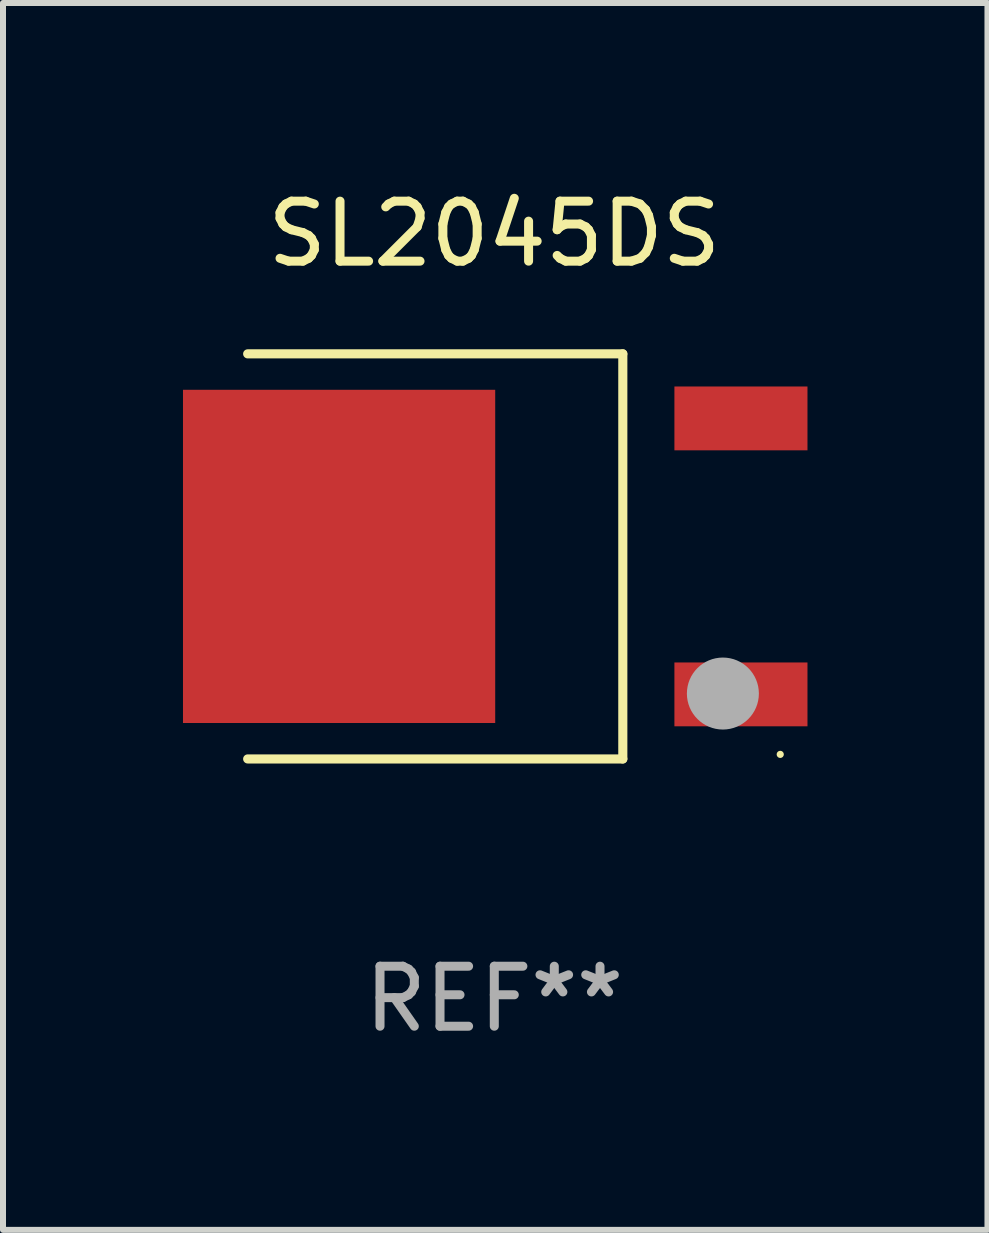
<source format=kicad_pcb>
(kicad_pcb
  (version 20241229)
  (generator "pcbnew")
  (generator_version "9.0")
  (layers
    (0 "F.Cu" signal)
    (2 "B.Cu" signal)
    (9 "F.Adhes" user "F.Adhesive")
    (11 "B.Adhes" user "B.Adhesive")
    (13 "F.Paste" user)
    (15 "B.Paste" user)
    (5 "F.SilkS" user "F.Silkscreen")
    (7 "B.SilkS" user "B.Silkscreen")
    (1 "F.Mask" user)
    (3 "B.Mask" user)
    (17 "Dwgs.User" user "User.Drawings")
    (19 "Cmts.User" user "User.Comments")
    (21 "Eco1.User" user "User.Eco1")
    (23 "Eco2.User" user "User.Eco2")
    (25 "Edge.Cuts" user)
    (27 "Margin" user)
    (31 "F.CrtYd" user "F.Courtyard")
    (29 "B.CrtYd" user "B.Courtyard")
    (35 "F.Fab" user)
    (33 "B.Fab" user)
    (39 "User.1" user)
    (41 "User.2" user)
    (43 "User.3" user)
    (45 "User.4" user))
  (footprint "SL2045DS"
    (layer "F.Cu")
    (at 5.189 6.224)
    (property "Reference" "SL2045DS" (at 0 -5.376 0) (layer "F.SilkS") (effects (font (size 1 1) (thickness 0.15))))
    (attr through_hole)
    (fp_line (start -4.111 -3.376) (end 2.142 -3.376) (stroke (width 0.152) (type solid)) (layer "F.SilkS"))
    (fp_line (start -4.111 3.376) (end 2.142 3.376) (stroke (width 0.152) (type solid)) (layer "F.SilkS"))
    (fp_line (start 2.142 3.376) (end 2.142 -3.376) (stroke (width 0.152) (type solid)) (layer "F.SilkS"))
    (fp_circle (center 4.766 3.3) (end 4.796 3.3) (stroke (width 0.06) (type solid)) (fill no) (layer "F.SilkS"))
    (fp_circle (center 3.81 2.286) (end 4.11 2.286) (stroke (width 0.6) (type solid)) (fill no) (layer "F.Fab"))
    (fp_text user "REF**" (at 0 7.376 0) (layer "F.Fab") (effects (font (size 1 1) (thickness 0.15))))
    (pad "1" smd rect (at 4.111 2.3) (size 2.218 1.064) (layers "F.Cu" "F.Mask" "F.Paste"))
    (pad "2" smd rect (at -2.587 0) (size 5.204 5.554) (layers "F.Cu" "F.Mask" "F.Paste"))
    (pad "3" smd rect (at 4.111 -2.3) (size 2.218 1.064) (layers "F.Cu" "F.Mask" "F.Paste")))
  (gr_rect
    (start -3 -3)
    (end 13.409 17.449)
    (stroke (width 0.1) (type default))
    (fill no)
    (layer "Edge.Cuts")))
</source>
